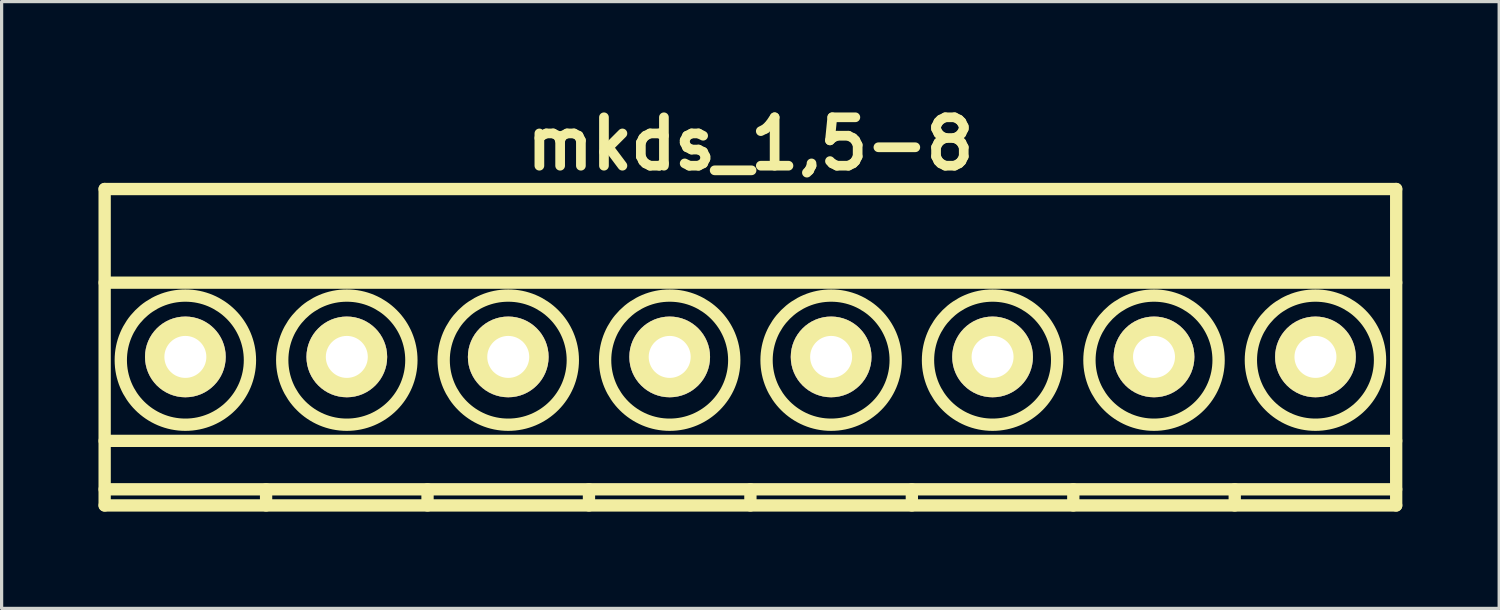
<source format=kicad_pcb>
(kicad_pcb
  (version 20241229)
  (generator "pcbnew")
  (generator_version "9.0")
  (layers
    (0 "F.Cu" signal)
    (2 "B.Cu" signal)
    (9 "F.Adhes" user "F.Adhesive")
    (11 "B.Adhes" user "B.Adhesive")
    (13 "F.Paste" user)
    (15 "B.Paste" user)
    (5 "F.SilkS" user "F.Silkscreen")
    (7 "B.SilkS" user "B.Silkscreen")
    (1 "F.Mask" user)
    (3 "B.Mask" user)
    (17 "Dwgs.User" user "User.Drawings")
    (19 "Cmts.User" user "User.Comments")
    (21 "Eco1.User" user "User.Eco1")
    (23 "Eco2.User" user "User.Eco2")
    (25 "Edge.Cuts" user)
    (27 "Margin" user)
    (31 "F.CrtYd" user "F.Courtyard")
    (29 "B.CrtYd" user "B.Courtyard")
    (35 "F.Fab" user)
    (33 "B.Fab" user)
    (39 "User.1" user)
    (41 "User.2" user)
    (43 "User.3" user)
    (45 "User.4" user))
  (footprint "mkds_1,5-8"
    (layer "F.Cu")
    (at 20.191 8.004)
    (property "Reference" "mkds_1,5-8" (at 0 -6.6 0) (layer "F.SilkS") (effects (font (size 1.5 1.5) (thickness 0.3))))
    (attr through_hole)
    (fp_line (start -20 -5.2) (end -20 4.6) (stroke (width 0.381) (type solid)) (layer "F.SilkS"))
    (fp_line (start -20 -2.3) (end 20 -2.3) (stroke (width 0.381) (type solid)) (layer "F.SilkS"))
    (fp_line (start -20 2.6) (end 20 2.6) (stroke (width 0.381) (type solid)) (layer "F.SilkS"))
    (fp_line (start -20 4.1) (end 20 4.1) (stroke (width 0.381) (type solid)) (layer "F.SilkS"))
    (fp_line (start -20 4.6) (end 20 4.6) (stroke (width 0.381) (type solid)) (layer "F.SilkS"))
    (fp_line (start -15 4.1) (end -15 4.6) (stroke (width 0.381) (type solid)) (layer "F.SilkS"))
    (fp_line (start -10 4.1) (end -10 4.6) (stroke (width 0.381) (type solid)) (layer "F.SilkS"))
    (fp_line (start -5 4.1) (end -5 4.6) (stroke (width 0.381) (type solid)) (layer "F.SilkS"))
    (fp_line (start 0 4.1) (end 0 4.6) (stroke (width 0.381) (type solid)) (layer "F.SilkS"))
    (fp_line (start 5 4.1) (end 5 4.6) (stroke (width 0.381) (type solid)) (layer "F.SilkS"))
    (fp_line (start 10 4.1) (end 10 4.6) (stroke (width 0.381) (type solid)) (layer "F.SilkS"))
    (fp_line (start 15 4.1) (end 15 4.6) (stroke (width 0.381) (type solid)) (layer "F.SilkS"))
    (fp_line (start 20 -5.2) (end -20 -5.2) (stroke (width 0.381) (type solid)) (layer "F.SilkS"))
    (fp_line (start 20 4.6) (end 20 -5.2) (stroke (width 0.381) (type solid)) (layer "F.SilkS"))
    (fp_circle (center -17.5 0.1) (end -15.5 0.1) (stroke (width 0.381) (type solid)) (fill no) (layer "F.SilkS"))
    (fp_circle (center -12.5 0.1) (end -14.5 0.1) (stroke (width 0.381) (type solid)) (fill no) (layer "F.SilkS"))
    (fp_circle (center -7.5 0.1) (end -9.5 0.1) (stroke (width 0.381) (type solid)) (fill no) (layer "F.SilkS"))
    (fp_circle (center -2.5 0.1) (end -4.5 0.1) (stroke (width 0.381) (type solid)) (fill no) (layer "F.SilkS"))
    (fp_circle (center 2.5 0.1) (end 0.5 0.1) (stroke (width 0.381) (type solid)) (fill no) (layer "F.SilkS"))
    (fp_circle (center 7.5 0.1) (end 5.5 0.1) (stroke (width 0.381) (type solid)) (fill no) (layer "F.SilkS"))
    (fp_circle (center 12.5 0.1) (end 10.5 0.1) (stroke (width 0.381) (type solid)) (fill no) (layer "F.SilkS"))
    (fp_circle (center 17.5 0.1) (end 15.5 0.1) (stroke (width 0.381) (type solid)) (fill no) (layer "F.SilkS"))
    (pad "1" thru_hole circle (at -17.5 0) (size 2.5 2.5) (drill 1.3) (layers "*.Cu" "*.Mask" "F.SilkS"))
    (pad "2" thru_hole circle (at -12.5 0) (size 2.5 2.5) (drill 1.3) (layers "*.Cu" "*.Mask" "F.SilkS"))
    (pad "3" thru_hole circle (at -7.5 0) (size 2.5 2.5) (drill 1.3) (layers "*.Cu" "*.Mask" "F.SilkS"))
    (pad "4" thru_hole circle (at -2.5 0) (size 2.5 2.5) (drill 1.3) (layers "*.Cu" "*.Mask" "F.SilkS"))
    (pad "5" thru_hole circle (at 2.5 0) (size 2.5 2.5) (drill 1.3) (layers "*.Cu" "*.Mask" "F.SilkS"))
    (pad "6" thru_hole circle (at 7.5 0) (size 2.5 2.5) (drill 1.3) (layers "*.Cu" "*.Mask" "F.SilkS"))
    (pad "7" thru_hole circle (at 12.5 0) (size 2.5 2.5) (drill 1.3) (layers "*.Cu" "*.Mask" "F.SilkS"))
    (pad "8" thru_hole circle (at 17.5 0) (size 2.5 2.5) (drill 1.3) (layers "*.Cu" "*.Mask" "F.SilkS")))
  (gr_rect
    (start -3 -3)
    (end 43.381 15.794)
    (stroke (width 0.1) (type default))
    (fill no)
    (layer "Edge.Cuts")))
</source>
